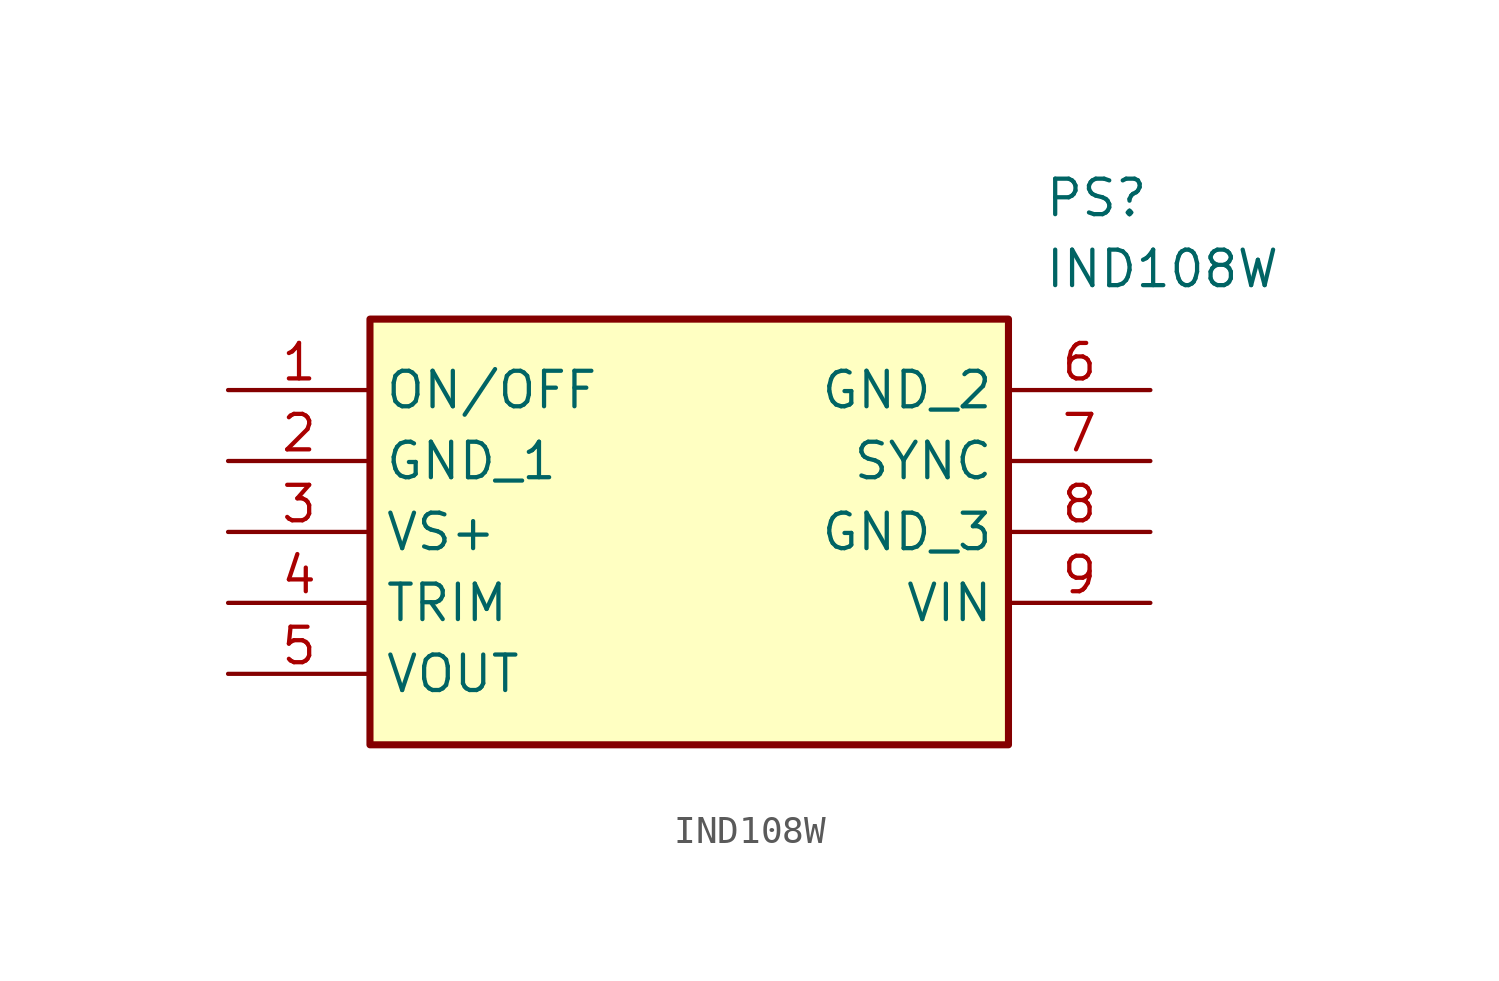
<source format=kicad_sym>
(kicad_symbol_lib
  (version 20211014)
  (generator SamacSys_ECAD_Model)
  (symbol "IND108W"
    (property "Reference" "PS"
      (at 29.21 7.62 0)
      (effects (font (size 1.27 1.27)) (justify left top)))
    (property "Value" "IND108W"
      (at 29.21 5.08 0)
      (effects (font (size 1.27 1.27)) (justify left top)))
    (rectangle
      (start 5.08 2.54)
      (end 27.94 -12.7)
      (stroke (width 0.254) (type default))
      (fill (type background)))
    (pin passive line
      (at 0 0 0)
      (length 5.08)
      (name "ON/OFF" (effects (font (size 1.27 1.27))))
      (number "1" (effects (font (size 1.27 1.27)))))
    (pin passive line
      (at 0 -2.54 0)
      (length 5.08)
      (name "GND_1" (effects (font (size 1.27 1.27))))
      (number "2" (effects (font (size 1.27 1.27)))))
    (pin passive line
      (at 0 -5.08 0)
      (length 5.08)
      (name "VS+" (effects (font (size 1.27 1.27))))
      (number "3" (effects (font (size 1.27 1.27)))))
    (pin passive line
      (at 0 -7.62 0)
      (length 5.08)
      (name "TRIM" (effects (font (size 1.27 1.27))))
      (number "4" (effects (font (size 1.27 1.27)))))
    (pin passive line
      (at 0 -10.16 0)
      (length 5.08)
      (name "VOUT" (effects (font (size 1.27 1.27))))
      (number "5" (effects (font (size 1.27 1.27)))))
    (pin passive line
      (at 33.02 0 180)
      (length 5.08)
      (name "GND_2" (effects (font (size 1.27 1.27))))
      (number "6" (effects (font (size 1.27 1.27)))))
    (pin passive line
      (at 33.02 -2.54 180)
      (length 5.08)
      (name "SYNC" (effects (font (size 1.27 1.27))))
      (number "7" (effects (font (size 1.27 1.27)))))
    (pin passive line
      (at 33.02 -5.08 180)
      (length 5.08)
      (name "GND_3" (effects (font (size 1.27 1.27))))
      (number "8" (effects (font (size 1.27 1.27)))))
    (pin passive line
      (at 33.02 -7.62 180)
      (length 5.08)
      (name "VIN" (effects (font (size 1.27 1.27))))
      (number "9" (effects (font (size 1.27 1.27)))))))
</source>
